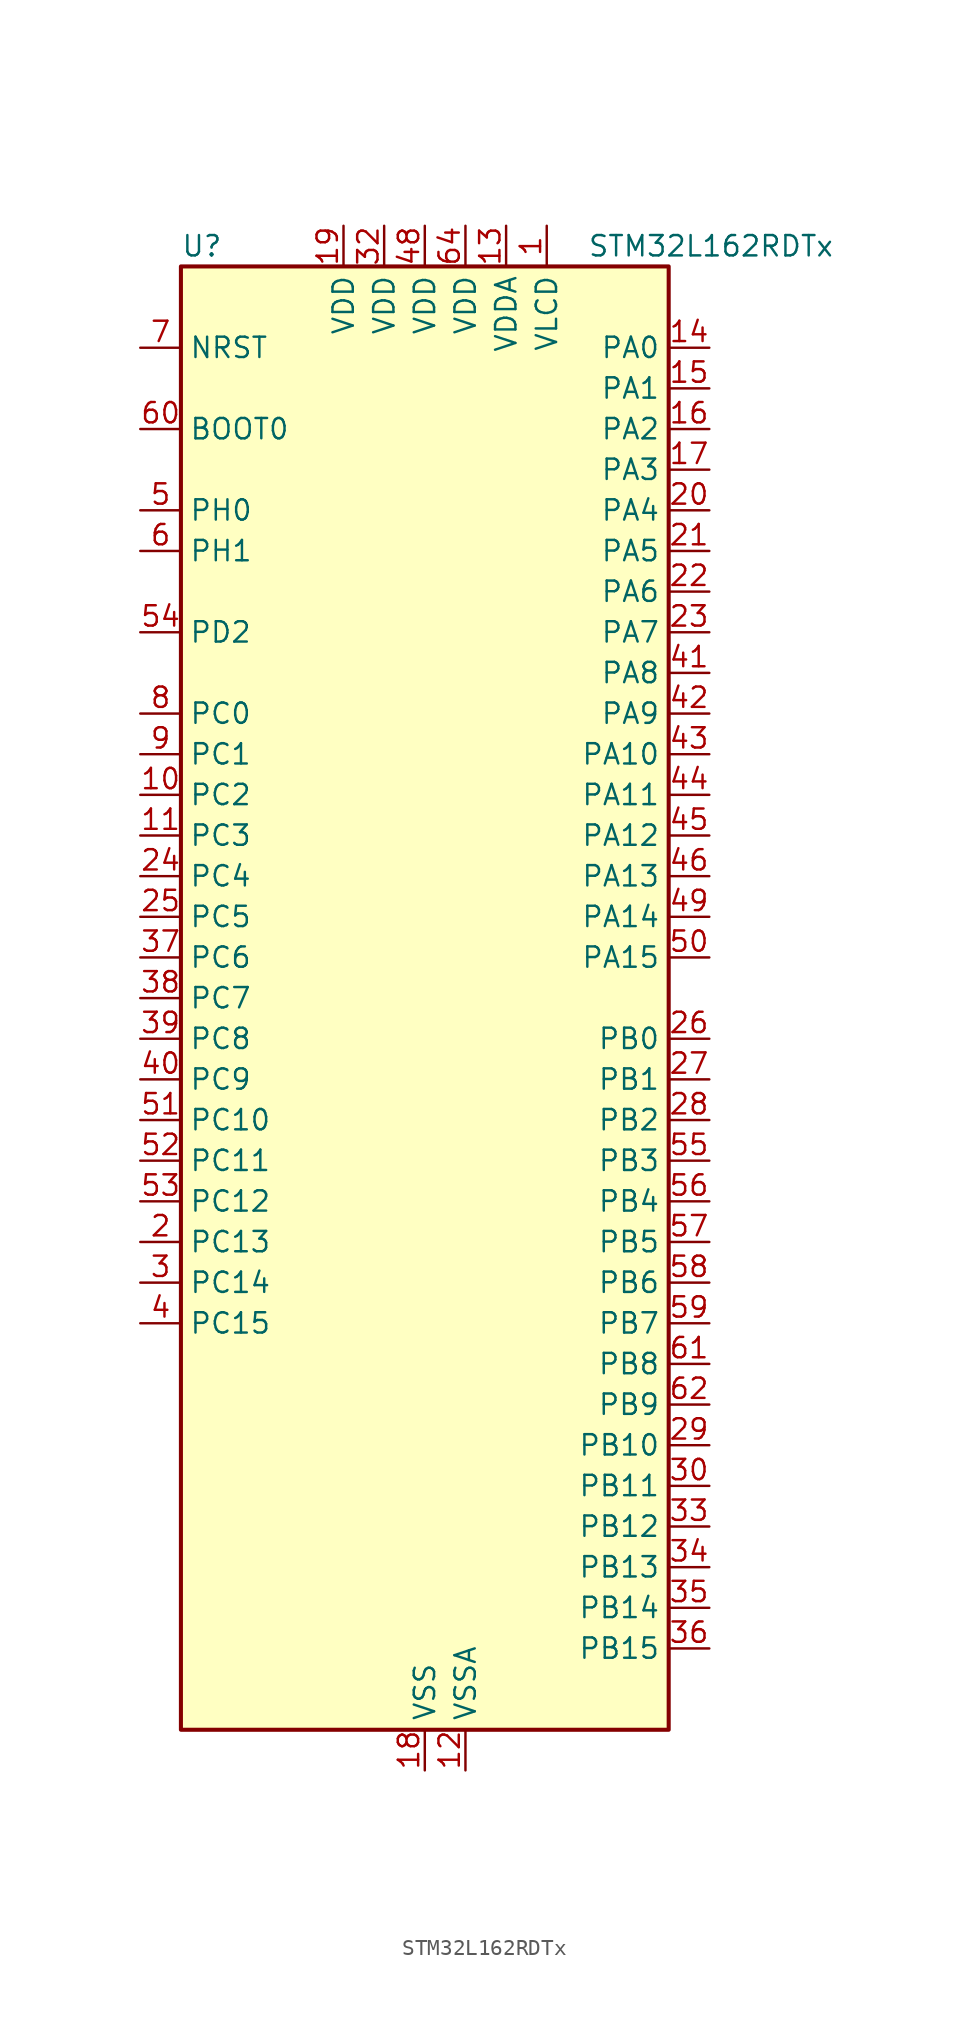
<source format=kicad_sym>
(kicad_symbol_lib
  (version 20241209)
  (generator "kicad_symbol_editor")
  (generator_version "9.0")
  (symbol "STM32L162RDTx"
    (property "Reference" "U"
      (at -15.24 46.99 0)
      (effects (font (size 1.27 1.27)) (justify left)))
    (property "Value" "STM32L162RDTx"
      (at 10.16 46.99 0)
      (effects (font (size 1.27 1.27)) (justify left)))
    (symbol "STM32L162RDTx_0_1"
      (rectangle (start -15.24 -45.72) (end 15.24 45.72) (stroke (width 0.254) (type default)) (fill (type background))))
    (symbol "STM32L162RDTx_1_1"
      (pin input line (at -17.78 40.64 0) (length 2.54) (name "NRST" (effects (font (size 1.27 1.27)))) (number "7" (effects (font (size 1.27 1.27)))))
      (pin input line (at -17.78 35.56 0) (length 2.54) (name "BOOT0" (effects (font (size 1.27 1.27)))) (number "60" (effects (font (size 1.27 1.27)))))
      (pin bidirectional line (at -17.78 30.48 0) (length 2.54) (name "PH0" (effects (font (size 1.27 1.27)))) (number "5" (effects (font (size 1.27 1.27)))) (alternate "RCC_OSC_IN" bidirectional line))
      (pin bidirectional line (at -17.78 27.94 0) (length 2.54) (name "PH1" (effects (font (size 1.27 1.27)))) (number "6" (effects (font (size 1.27 1.27)))) (alternate "RCC_OSC_OUT" bidirectional line))
      (pin bidirectional line (at -17.78 22.86 0) (length 2.54) (name "PD2" (effects (font (size 1.27 1.27)))) (number "54" (effects (font (size 1.27 1.27)))) (alternate "LCD_COM7" bidirectional line) (alternate "LCD_SEG31" bidirectional line) (alternate "LCD_SEG43" bidirectional line) (alternate "SDIO_CMD" bidirectional line) (alternate "TIM3_ETR" bidirectional line) (alternate "TIMX_IC3" bidirectional line) (alternate "UART5_RX" bidirectional line))
      (pin bidirectional line (at -17.78 17.78 0) (length 2.54) (name "PC0" (effects (font (size 1.27 1.27)))) (number "8" (effects (font (size 1.27 1.27)))) (alternate "ADC_IN10" bidirectional line) (alternate "COMP1_INP" bidirectional line) (alternate "LCD_SEG18" bidirectional line) (alternate "TIMX_IC1" bidirectional line) (alternate "TS_G8_IO1" bidirectional line))
      (pin bidirectional line (at -17.78 15.24 0) (length 2.54) (name "PC1" (effects (font (size 1.27 1.27)))) (number "9" (effects (font (size 1.27 1.27)))) (alternate "ADC_IN11" bidirectional line) (alternate "COMP1_INP" bidirectional line) (alternate "LCD_SEG19" bidirectional line) (alternate "OPAMP3_VINP" bidirectional line) (alternate "TIMX_IC2" bidirectional line) (alternate "TS_G8_IO2" bidirectional line))
      (pin bidirectional line (at -17.78 12.7 0) (length 2.54) (name "PC2" (effects (font (size 1.27 1.27)))) (number "10" (effects (font (size 1.27 1.27)))) (alternate "ADC_IN12" bidirectional line) (alternate "COMP1_INP" bidirectional line) (alternate "LCD_SEG20" bidirectional line) (alternate "OPAMP3_VINM" bidirectional line) (alternate "TIMX_IC3" bidirectional line) (alternate "TS_G8_IO3" bidirectional line))
      (pin bidirectional line (at -17.78 10.16 0) (length 2.54) (name "PC3" (effects (font (size 1.27 1.27)))) (number "11" (effects (font (size 1.27 1.27)))) (alternate "ADC_IN13" bidirectional line) (alternate "COMP1_INP" bidirectional line) (alternate "LCD_SEG21" bidirectional line) (alternate "OPAMP3_VOUT" bidirectional line) (alternate "TIMX_IC4" bidirectional line) (alternate "TS_G8_IO4" bidirectional line))
      (pin bidirectional line (at -17.78 7.62 0) (length 2.54) (name "PC4" (effects (font (size 1.27 1.27)))) (number "24" (effects (font (size 1.27 1.27)))) (alternate "ADC_IN14" bidirectional line) (alternate "COMP1_INP" bidirectional line) (alternate "LCD_SEG22" bidirectional line) (alternate "TIMX_IC1" bidirectional line) (alternate "TS_G9_IO1" bidirectional line))
      (pin bidirectional line (at -17.78 5.08 0) (length 2.54) (name "PC5" (effects (font (size 1.27 1.27)))) (number "25" (effects (font (size 1.27 1.27)))) (alternate "ADC_IN15" bidirectional line) (alternate "COMP1_INP" bidirectional line) (alternate "LCD_SEG23" bidirectional line) (alternate "TIMX_IC2" bidirectional line) (alternate "TS_G9_IO2" bidirectional line))
      (pin bidirectional line (at -17.78 2.54 0) (length 2.54) (name "PC6" (effects (font (size 1.27 1.27)))) (number "37" (effects (font (size 1.27 1.27)))) (alternate "I2S2_MCK" bidirectional line) (alternate "LCD_SEG24" bidirectional line) (alternate "SDIO_D6" bidirectional line) (alternate "TIM3_CH1" bidirectional line) (alternate "TIMX_IC3" bidirectional line) (alternate "TS_G10_IO1" bidirectional line))
      (pin bidirectional line (at -17.78 0 0) (length 2.54) (name "PC7" (effects (font (size 1.27 1.27)))) (number "38" (effects (font (size 1.27 1.27)))) (alternate "I2S3_MCK" bidirectional line) (alternate "LCD_SEG25" bidirectional line) (alternate "SDIO_D7" bidirectional line) (alternate "TIM3_CH2" bidirectional line) (alternate "TIMX_IC4" bidirectional line) (alternate "TS_G10_IO2" bidirectional line))
      (pin bidirectional line (at -17.78 -2.54 0) (length 2.54) (name "PC8" (effects (font (size 1.27 1.27)))) (number "39" (effects (font (size 1.27 1.27)))) (alternate "LCD_SEG26" bidirectional line) (alternate "SDIO_D0" bidirectional line) (alternate "TIM3_CH3" bidirectional line) (alternate "TIMX_IC1" bidirectional line) (alternate "TS_G10_IO3" bidirectional line))
      (pin bidirectional line (at -17.78 -5.08 0) (length 2.54) (name "PC9" (effects (font (size 1.27 1.27)))) (number "40" (effects (font (size 1.27 1.27)))) (alternate "DAC_EXTI9" bidirectional line) (alternate "LCD_SEG27" bidirectional line) (alternate "SDIO_D1" bidirectional line) (alternate "TIM3_CH4" bidirectional line) (alternate "TIMX_IC2" bidirectional line) (alternate "TS_G10_IO4" bidirectional line))
      (pin bidirectional line (at -17.78 -7.62 0) (length 2.54) (name "PC10" (effects (font (size 1.27 1.27)))) (number "51" (effects (font (size 1.27 1.27)))) (alternate "I2S3_CK" bidirectional line) (alternate "LCD_COM4" bidirectional line) (alternate "LCD_SEG28" bidirectional line) (alternate "LCD_SEG40" bidirectional line) (alternate "SDIO_D2" bidirectional line) (alternate "SPI3_SCK" bidirectional line) (alternate "TIMX_IC3" bidirectional line) (alternate "UART4_TX" bidirectional line) (alternate "USART3_TX" bidirectional line))
      (pin bidirectional line (at -17.78 -10.16 0) (length 2.54) (name "PC11" (effects (font (size 1.27 1.27)))) (number "52" (effects (font (size 1.27 1.27)))) (alternate "ADC_EXTI11" bidirectional line) (alternate "LCD_COM5" bidirectional line) (alternate "LCD_SEG29" bidirectional line) (alternate "LCD_SEG41" bidirectional line) (alternate "SDIO_D3" bidirectional line) (alternate "SPI3_MISO" bidirectional line) (alternate "TIMX_IC4" bidirectional line) (alternate "UART4_RX" bidirectional line) (alternate "USART3_RX" bidirectional line))
      (pin bidirectional line (at -17.78 -12.7 0) (length 2.54) (name "PC12" (effects (font (size 1.27 1.27)))) (number "53" (effects (font (size 1.27 1.27)))) (alternate "I2S3_SD" bidirectional line) (alternate "LCD_COM6" bidirectional line) (alternate "LCD_SEG30" bidirectional line) (alternate "LCD_SEG42" bidirectional line) (alternate "SDIO_CK" bidirectional line) (alternate "SPI3_MOSI" bidirectional line) (alternate "TIMX_IC1" bidirectional line) (alternate "UART5_TX" bidirectional line) (alternate "USART3_CK" bidirectional line))
      (pin bidirectional line (at -17.78 -15.24 0) (length 2.54) (name "PC13" (effects (font (size 1.27 1.27)))) (number "2" (effects (font (size 1.27 1.27)))) (alternate "RTC_OUT_ALARM" bidirectional line) (alternate "RTC_OUT_CALIB" bidirectional line) (alternate "RTC_TAMP1" bidirectional line) (alternate "RTC_TS" bidirectional line) (alternate "SYS_WKUP2" bidirectional line) (alternate "TIMX_IC2" bidirectional line))
      (pin bidirectional line (at -17.78 -17.78 0) (length 2.54) (name "PC14" (effects (font (size 1.27 1.27)))) (number "3" (effects (font (size 1.27 1.27)))) (alternate "RCC_OSC32_IN" bidirectional line) (alternate "TIMX_IC3" bidirectional line))
      (pin bidirectional line (at -17.78 -20.32 0) (length 2.54) (name "PC15" (effects (font (size 1.27 1.27)))) (number "4" (effects (font (size 1.27 1.27)))) (alternate "ADC_EXTI15" bidirectional line) (alternate "RCC_OSC32_OUT" bidirectional line) (alternate "TIMX_IC4" bidirectional line))
      (pin power_in line (at -5.08 48.26 270) (length 2.54) (name "VDD" (effects (font (size 1.27 1.27)))) (number "19" (effects (font (size 1.27 1.27)))))
      (pin power_in line (at -2.54 48.26 270) (length 2.54) (name "VDD" (effects (font (size 1.27 1.27)))) (number "32" (effects (font (size 1.27 1.27)))))
      (pin power_in line (at 0 48.26 270) (length 2.54) (name "VDD" (effects (font (size 1.27 1.27)))) (number "48" (effects (font (size 1.27 1.27)))))
      (pin power_in line (at 0 -48.26 90) (length 2.54) (name "VSS" (effects (font (size 1.27 1.27)))) (number "18" (effects (font (size 1.27 1.27)))))
      (pin passive line (at 0 -48.26 90) (length 2.54) (hide yes) (name "VSS" (effects (font (size 1.27 1.27)))) (number "31" (effects (font (size 1.27 1.27)))))
      (pin passive line (at 0 -48.26 90) (length 2.54) (hide yes) (name "VSS" (effects (font (size 1.27 1.27)))) (number "47" (effects (font (size 1.27 1.27)))))
      (pin passive line (at 0 -48.26 90) (length 2.54) (hide yes) (name "VSS" (effects (font (size 1.27 1.27)))) (number "63" (effects (font (size 1.27 1.27)))))
      (pin power_in line (at 2.54 48.26 270) (length 2.54) (name "VDD" (effects (font (size 1.27 1.27)))) (number "64" (effects (font (size 1.27 1.27)))))
      (pin power_in line (at 2.54 -48.26 90) (length 2.54) (name "VSSA" (effects (font (size 1.27 1.27)))) (number "12" (effects (font (size 1.27 1.27)))))
      (pin power_in line (at 5.08 48.26 270) (length 2.54) (name "VDDA" (effects (font (size 1.27 1.27)))) (number "13" (effects (font (size 1.27 1.27)))))
      (pin power_in line (at 7.62 48.26 270) (length 2.54) (name "VLCD" (effects (font (size 1.27 1.27)))) (number "1" (effects (font (size 1.27 1.27)))))
      (pin bidirectional line (at 17.78 40.64 180) (length 2.54) (name "PA0" (effects (font (size 1.27 1.27)))) (number "14" (effects (font (size 1.27 1.27)))) (alternate "ADC_IN0" bidirectional line) (alternate "COMP1_INP" bidirectional line) (alternate "RTC_TAMP2" bidirectional line) (alternate "SYS_WKUP1" bidirectional line) (alternate "TIM2_CH1" bidirectional line) (alternate "TIM2_ETR" bidirectional line) (alternate "TIM5_CH1" bidirectional line) (alternate "TIMX_IC1" bidirectional line) (alternate "TS_G1_IO1" bidirectional line) (alternate "USART2_CTS" bidirectional line))
      (pin bidirectional line (at 17.78 38.1 180) (length 2.54) (name "PA1" (effects (font (size 1.27 1.27)))) (number "15" (effects (font (size 1.27 1.27)))) (alternate "ADC_IN1" bidirectional line) (alternate "COMP1_INP" bidirectional line) (alternate "LCD_SEG0" bidirectional line) (alternate "OPAMP1_VINP" bidirectional line) (alternate "TIM2_CH2" bidirectional line) (alternate "TIM5_CH2" bidirectional line) (alternate "TIMX_IC2" bidirectional line) (alternate "TS_G1_IO2" bidirectional line) (alternate "USART2_RTS" bidirectional line))
      (pin bidirectional line (at 17.78 35.56 180) (length 2.54) (name "PA2" (effects (font (size 1.27 1.27)))) (number "16" (effects (font (size 1.27 1.27)))) (alternate "ADC_IN2" bidirectional line) (alternate "COMP1_INP" bidirectional line) (alternate "LCD_SEG1" bidirectional line) (alternate "OPAMP1_VINM" bidirectional line) (alternate "TIM2_CH3" bidirectional line) (alternate "TIM5_CH3" bidirectional line) (alternate "TIM9_CH1" bidirectional line) (alternate "TIMX_IC3" bidirectional line) (alternate "TS_G1_IO3" bidirectional line) (alternate "USART2_TX" bidirectional line))
      (pin bidirectional line (at 17.78 33.02 180) (length 2.54) (name "PA3" (effects (font (size 1.27 1.27)))) (number "17" (effects (font (size 1.27 1.27)))) (alternate "ADC_IN3" bidirectional line) (alternate "COMP1_INP" bidirectional line) (alternate "LCD_SEG2" bidirectional line) (alternate "OPAMP1_VOUT" bidirectional line) (alternate "TIM2_CH4" bidirectional line) (alternate "TIM5_CH4" bidirectional line) (alternate "TIM9_CH2" bidirectional line) (alternate "TIMX_IC4" bidirectional line) (alternate "TS_G1_IO4" bidirectional line) (alternate "USART2_RX" bidirectional line))
      (pin bidirectional line (at 17.78 30.48 180) (length 2.54) (name "PA4" (effects (font (size 1.27 1.27)))) (number "20" (effects (font (size 1.27 1.27)))) (alternate "ADC_IN4" bidirectional line) (alternate "COMP1_INP" bidirectional line) (alternate "DAC_OUT1" bidirectional line) (alternate "I2S3_WS" bidirectional line) (alternate "SPI1_NSS" bidirectional line) (alternate "SPI3_NSS" bidirectional line) (alternate "TIMX_IC1" bidirectional line) (alternate "USART2_CK" bidirectional line))
      (pin bidirectional line (at 17.78 27.94 180) (length 2.54) (name "PA5" (effects (font (size 1.27 1.27)))) (number "21" (effects (font (size 1.27 1.27)))) (alternate "ADC_IN5" bidirectional line) (alternate "COMP1_INP" bidirectional line) (alternate "DAC_OUT2" bidirectional line) (alternate "SPI1_SCK" bidirectional line) (alternate "TIM2_CH1" bidirectional line) (alternate "TIM2_ETR" bidirectional line) (alternate "TIMX_IC2" bidirectional line))
      (pin bidirectional line (at 17.78 25.4 180) (length 2.54) (name "PA6" (effects (font (size 1.27 1.27)))) (number "22" (effects (font (size 1.27 1.27)))) (alternate "ADC_IN6" bidirectional line) (alternate "COMP1_INP" bidirectional line) (alternate "LCD_SEG3" bidirectional line) (alternate "OPAMP2_VINP" bidirectional line) (alternate "SPI1_MISO" bidirectional line) (alternate "TIM10_CH1" bidirectional line) (alternate "TIM3_CH1" bidirectional line) (alternate "TIMX_IC3" bidirectional line) (alternate "TS_G2_IO1" bidirectional line))
      (pin bidirectional line (at 17.78 22.86 180) (length 2.54) (name "PA7" (effects (font (size 1.27 1.27)))) (number "23" (effects (font (size 1.27 1.27)))) (alternate "ADC_IN7" bidirectional line) (alternate "COMP1_INP" bidirectional line) (alternate "LCD_SEG4" bidirectional line) (alternate "OPAMP2_VINM" bidirectional line) (alternate "SPI1_MOSI" bidirectional line) (alternate "TIM11_CH1" bidirectional line) (alternate "TIM3_CH2" bidirectional line) (alternate "TIMX_IC4" bidirectional line) (alternate "TS_G2_IO2" bidirectional line))
      (pin bidirectional line (at 17.78 20.32 180) (length 2.54) (name "PA8" (effects (font (size 1.27 1.27)))) (number "41" (effects (font (size 1.27 1.27)))) (alternate "LCD_COM0" bidirectional line) (alternate "RCC_MCO" bidirectional line) (alternate "TIMX_IC1" bidirectional line) (alternate "TS_G4_IO1" bidirectional line) (alternate "USART1_CK" bidirectional line))
      (pin bidirectional line (at 17.78 17.78 180) (length 2.54) (name "PA9" (effects (font (size 1.27 1.27)))) (number "42" (effects (font (size 1.27 1.27)))) (alternate "DAC_EXTI9" bidirectional line) (alternate "LCD_COM1" bidirectional line) (alternate "TIMX_IC2" bidirectional line) (alternate "TS_G4_IO2" bidirectional line) (alternate "USART1_TX" bidirectional line))
      (pin bidirectional line (at 17.78 15.24 180) (length 2.54) (name "PA10" (effects (font (size 1.27 1.27)))) (number "43" (effects (font (size 1.27 1.27)))) (alternate "LCD_COM2" bidirectional line) (alternate "TIMX_IC3" bidirectional line) (alternate "TS_G4_IO3" bidirectional line) (alternate "USART1_RX" bidirectional line))
      (pin bidirectional line (at 17.78 12.7 180) (length 2.54) (name "PA11" (effects (font (size 1.27 1.27)))) (number "44" (effects (font (size 1.27 1.27)))) (alternate "ADC_EXTI11" bidirectional line) (alternate "SPI1_MISO" bidirectional line) (alternate "TIMX_IC4" bidirectional line) (alternate "USART1_CTS" bidirectional line) (alternate "USB_DM" bidirectional line))
      (pin bidirectional line (at 17.78 10.16 180) (length 2.54) (name "PA12" (effects (font (size 1.27 1.27)))) (number "45" (effects (font (size 1.27 1.27)))) (alternate "SPI1_MOSI" bidirectional line) (alternate "TIMX_IC1" bidirectional line) (alternate "USART1_RTS" bidirectional line) (alternate "USB_DP" bidirectional line))
      (pin bidirectional line (at 17.78 7.62 180) (length 2.54) (name "PA13" (effects (font (size 1.27 1.27)))) (number "46" (effects (font (size 1.27 1.27)))) (alternate "SYS_JTMS-SWDIO" bidirectional line) (alternate "TIMX_IC2" bidirectional line) (alternate "TS_G5_IO1" bidirectional line))
      (pin bidirectional line (at 17.78 5.08 180) (length 2.54) (name "PA14" (effects (font (size 1.27 1.27)))) (number "49" (effects (font (size 1.27 1.27)))) (alternate "SYS_JTCK-SWCLK" bidirectional line) (alternate "TIMX_IC3" bidirectional line) (alternate "TS_G5_IO2" bidirectional line))
      (pin bidirectional line (at 17.78 2.54 180) (length 2.54) (name "PA15" (effects (font (size 1.27 1.27)))) (number "50" (effects (font (size 1.27 1.27)))) (alternate "ADC_EXTI15" bidirectional line) (alternate "I2S3_WS" bidirectional line) (alternate "LCD_SEG17" bidirectional line) (alternate "SPI1_NSS" bidirectional line) (alternate "SPI3_NSS" bidirectional line) (alternate "SYS_JTDI" bidirectional line) (alternate "TIM2_CH1" bidirectional line) (alternate "TIM2_ETR" bidirectional line) (alternate "TIMX_IC4" bidirectional line) (alternate "TS_G5_IO3" bidirectional line))
      (pin bidirectional line (at 17.78 -2.54 180) (length 2.54) (name "PB0" (effects (font (size 1.27 1.27)))) (number "26" (effects (font (size 1.27 1.27)))) (alternate "ADC_IN8" bidirectional line) (alternate "COMP1_INP" bidirectional line) (alternate "LCD_SEG5" bidirectional line) (alternate "OPAMP2_VOUT" bidirectional line) (alternate "SYS_V_REF_OUT" bidirectional line) (alternate "TIM3_CH3" bidirectional line) (alternate "TS_G3_IO1" bidirectional line))
      (pin bidirectional line (at 17.78 -5.08 180) (length 2.54) (name "PB1" (effects (font (size 1.27 1.27)))) (number "27" (effects (font (size 1.27 1.27)))) (alternate "ADC_IN9" bidirectional line) (alternate "COMP1_INP" bidirectional line) (alternate "LCD_SEG6" bidirectional line) (alternate "SYS_V_REF_OUT" bidirectional line) (alternate "TIM3_CH4" bidirectional line) (alternate "TS_G3_IO2" bidirectional line))
      (pin bidirectional line (at 17.78 -7.62 180) (length 2.54) (name "PB2" (effects (font (size 1.27 1.27)))) (number "28" (effects (font (size 1.27 1.27)))) (alternate "TS_G3_IO3" bidirectional line))
      (pin bidirectional line (at 17.78 -10.16 180) (length 2.54) (name "PB3" (effects (font (size 1.27 1.27)))) (number "55" (effects (font (size 1.27 1.27)))) (alternate "COMP2_INM" bidirectional line) (alternate "I2S3_CK" bidirectional line) (alternate "LCD_SEG7" bidirectional line) (alternate "SPI1_SCK" bidirectional line) (alternate "SPI3_SCK" bidirectional line) (alternate "SYS_JTDO-TRACESWO" bidirectional line) (alternate "TIM2_CH2" bidirectional line))
      (pin bidirectional line (at 17.78 -12.7 180) (length 2.54) (name "PB4" (effects (font (size 1.27 1.27)))) (number "56" (effects (font (size 1.27 1.27)))) (alternate "COMP2_INP" bidirectional line) (alternate "LCD_SEG8" bidirectional line) (alternate "SPI1_MISO" bidirectional line) (alternate "SPI3_MISO" bidirectional line) (alternate "SYS_JTRST" bidirectional line) (alternate "TIM3_CH1" bidirectional line) (alternate "TS_G6_IO1" bidirectional line))
      (pin bidirectional line (at 17.78 -15.24 180) (length 2.54) (name "PB5" (effects (font (size 1.27 1.27)))) (number "57" (effects (font (size 1.27 1.27)))) (alternate "COMP2_INP" bidirectional line) (alternate "I2C1_SMBA" bidirectional line) (alternate "I2S3_SD" bidirectional line) (alternate "LCD_SEG9" bidirectional line) (alternate "SPI1_MOSI" bidirectional line) (alternate "SPI3_MOSI" bidirectional line) (alternate "TIM3_CH2" bidirectional line) (alternate "TS_G6_IO2" bidirectional line))
      (pin bidirectional line (at 17.78 -17.78 180) (length 2.54) (name "PB6" (effects (font (size 1.27 1.27)))) (number "58" (effects (font (size 1.27 1.27)))) (alternate "COMP2_INP" bidirectional line) (alternate "I2C1_SCL" bidirectional line) (alternate "TIM4_CH1" bidirectional line) (alternate "TS_G6_IO3" bidirectional line) (alternate "USART1_TX" bidirectional line))
      (pin bidirectional line (at 17.78 -20.32 180) (length 2.54) (name "PB7" (effects (font (size 1.27 1.27)))) (number "59" (effects (font (size 1.27 1.27)))) (alternate "COMP2_INP" bidirectional line) (alternate "I2C1_SDA" bidirectional line) (alternate "SYS_PVD_IN" bidirectional line) (alternate "TIM4_CH2" bidirectional line) (alternate "TS_G6_IO4" bidirectional line) (alternate "USART1_RX" bidirectional line))
      (pin bidirectional line (at 17.78 -22.86 180) (length 2.54) (name "PB8" (effects (font (size 1.27 1.27)))) (number "61" (effects (font (size 1.27 1.27)))) (alternate "I2C1_SCL" bidirectional line) (alternate "LCD_SEG16" bidirectional line) (alternate "SDIO_D4" bidirectional line) (alternate "TIM10_CH1" bidirectional line) (alternate "TIM4_CH3" bidirectional line))
      (pin bidirectional line (at 17.78 -25.4 180) (length 2.54) (name "PB9" (effects (font (size 1.27 1.27)))) (number "62" (effects (font (size 1.27 1.27)))) (alternate "DAC_EXTI9" bidirectional line) (alternate "I2C1_SDA" bidirectional line) (alternate "LCD_COM3" bidirectional line) (alternate "SDIO_D5" bidirectional line) (alternate "TIM11_CH1" bidirectional line) (alternate "TIM4_CH4" bidirectional line))
      (pin bidirectional line (at 17.78 -27.94 180) (length 2.54) (name "PB10" (effects (font (size 1.27 1.27)))) (number "29" (effects (font (size 1.27 1.27)))) (alternate "I2C2_SCL" bidirectional line) (alternate "LCD_SEG10" bidirectional line) (alternate "TIM2_CH3" bidirectional line) (alternate "USART3_TX" bidirectional line))
      (pin bidirectional line (at 17.78 -30.48 180) (length 2.54) (name "PB11" (effects (font (size 1.27 1.27)))) (number "30" (effects (font (size 1.27 1.27)))) (alternate "ADC_EXTI11" bidirectional line) (alternate "I2C2_SDA" bidirectional line) (alternate "LCD_SEG11" bidirectional line) (alternate "TIM2_CH4" bidirectional line) (alternate "USART3_RX" bidirectional line))
      (pin bidirectional line (at 17.78 -33.02 180) (length 2.54) (name "PB12" (effects (font (size 1.27 1.27)))) (number "33" (effects (font (size 1.27 1.27)))) (alternate "ADC_IN18" bidirectional line) (alternate "COMP1_INP" bidirectional line) (alternate "I2C2_SMBA" bidirectional line) (alternate "I2S2_WS" bidirectional line) (alternate "LCD_SEG12" bidirectional line) (alternate "SPI2_NSS" bidirectional line) (alternate "TIM10_CH1" bidirectional line) (alternate "TS_G7_IO1" bidirectional line) (alternate "USART3_CK" bidirectional line))
      (pin bidirectional line (at 17.78 -35.56 180) (length 2.54) (name "PB13" (effects (font (size 1.27 1.27)))) (number "34" (effects (font (size 1.27 1.27)))) (alternate "ADC_IN19" bidirectional line) (alternate "COMP1_INP" bidirectional line) (alternate "I2S2_CK" bidirectional line) (alternate "LCD_SEG13" bidirectional line) (alternate "SPI2_SCK" bidirectional line) (alternate "TIM9_CH1" bidirectional line) (alternate "TS_G7_IO2" bidirectional line) (alternate "USART3_CTS" bidirectional line))
      (pin bidirectional line (at 17.78 -38.1 180) (length 2.54) (name "PB14" (effects (font (size 1.27 1.27)))) (number "35" (effects (font (size 1.27 1.27)))) (alternate "ADC_IN20" bidirectional line) (alternate "COMP1_INP" bidirectional line) (alternate "LCD_SEG14" bidirectional line) (alternate "SPI2_MISO" bidirectional line) (alternate "TIM9_CH2" bidirectional line) (alternate "TS_G7_IO3" bidirectional line) (alternate "USART3_RTS" bidirectional line))
      (pin bidirectional line (at 17.78 -40.64 180) (length 2.54) (name "PB15" (effects (font (size 1.27 1.27)))) (number "36" (effects (font (size 1.27 1.27)))) (alternate "ADC_EXTI15" bidirectional line) (alternate "ADC_IN21" bidirectional line) (alternate "COMP1_INP" bidirectional line) (alternate "I2S2_SD" bidirectional line) (alternate "LCD_SEG15" bidirectional line) (alternate "RTC_REFIN" bidirectional line) (alternate "SPI2_MOSI" bidirectional line) (alternate "TIM11_CH1" bidirectional line) (alternate "TS_G7_IO4" bidirectional line)))))
</source>
